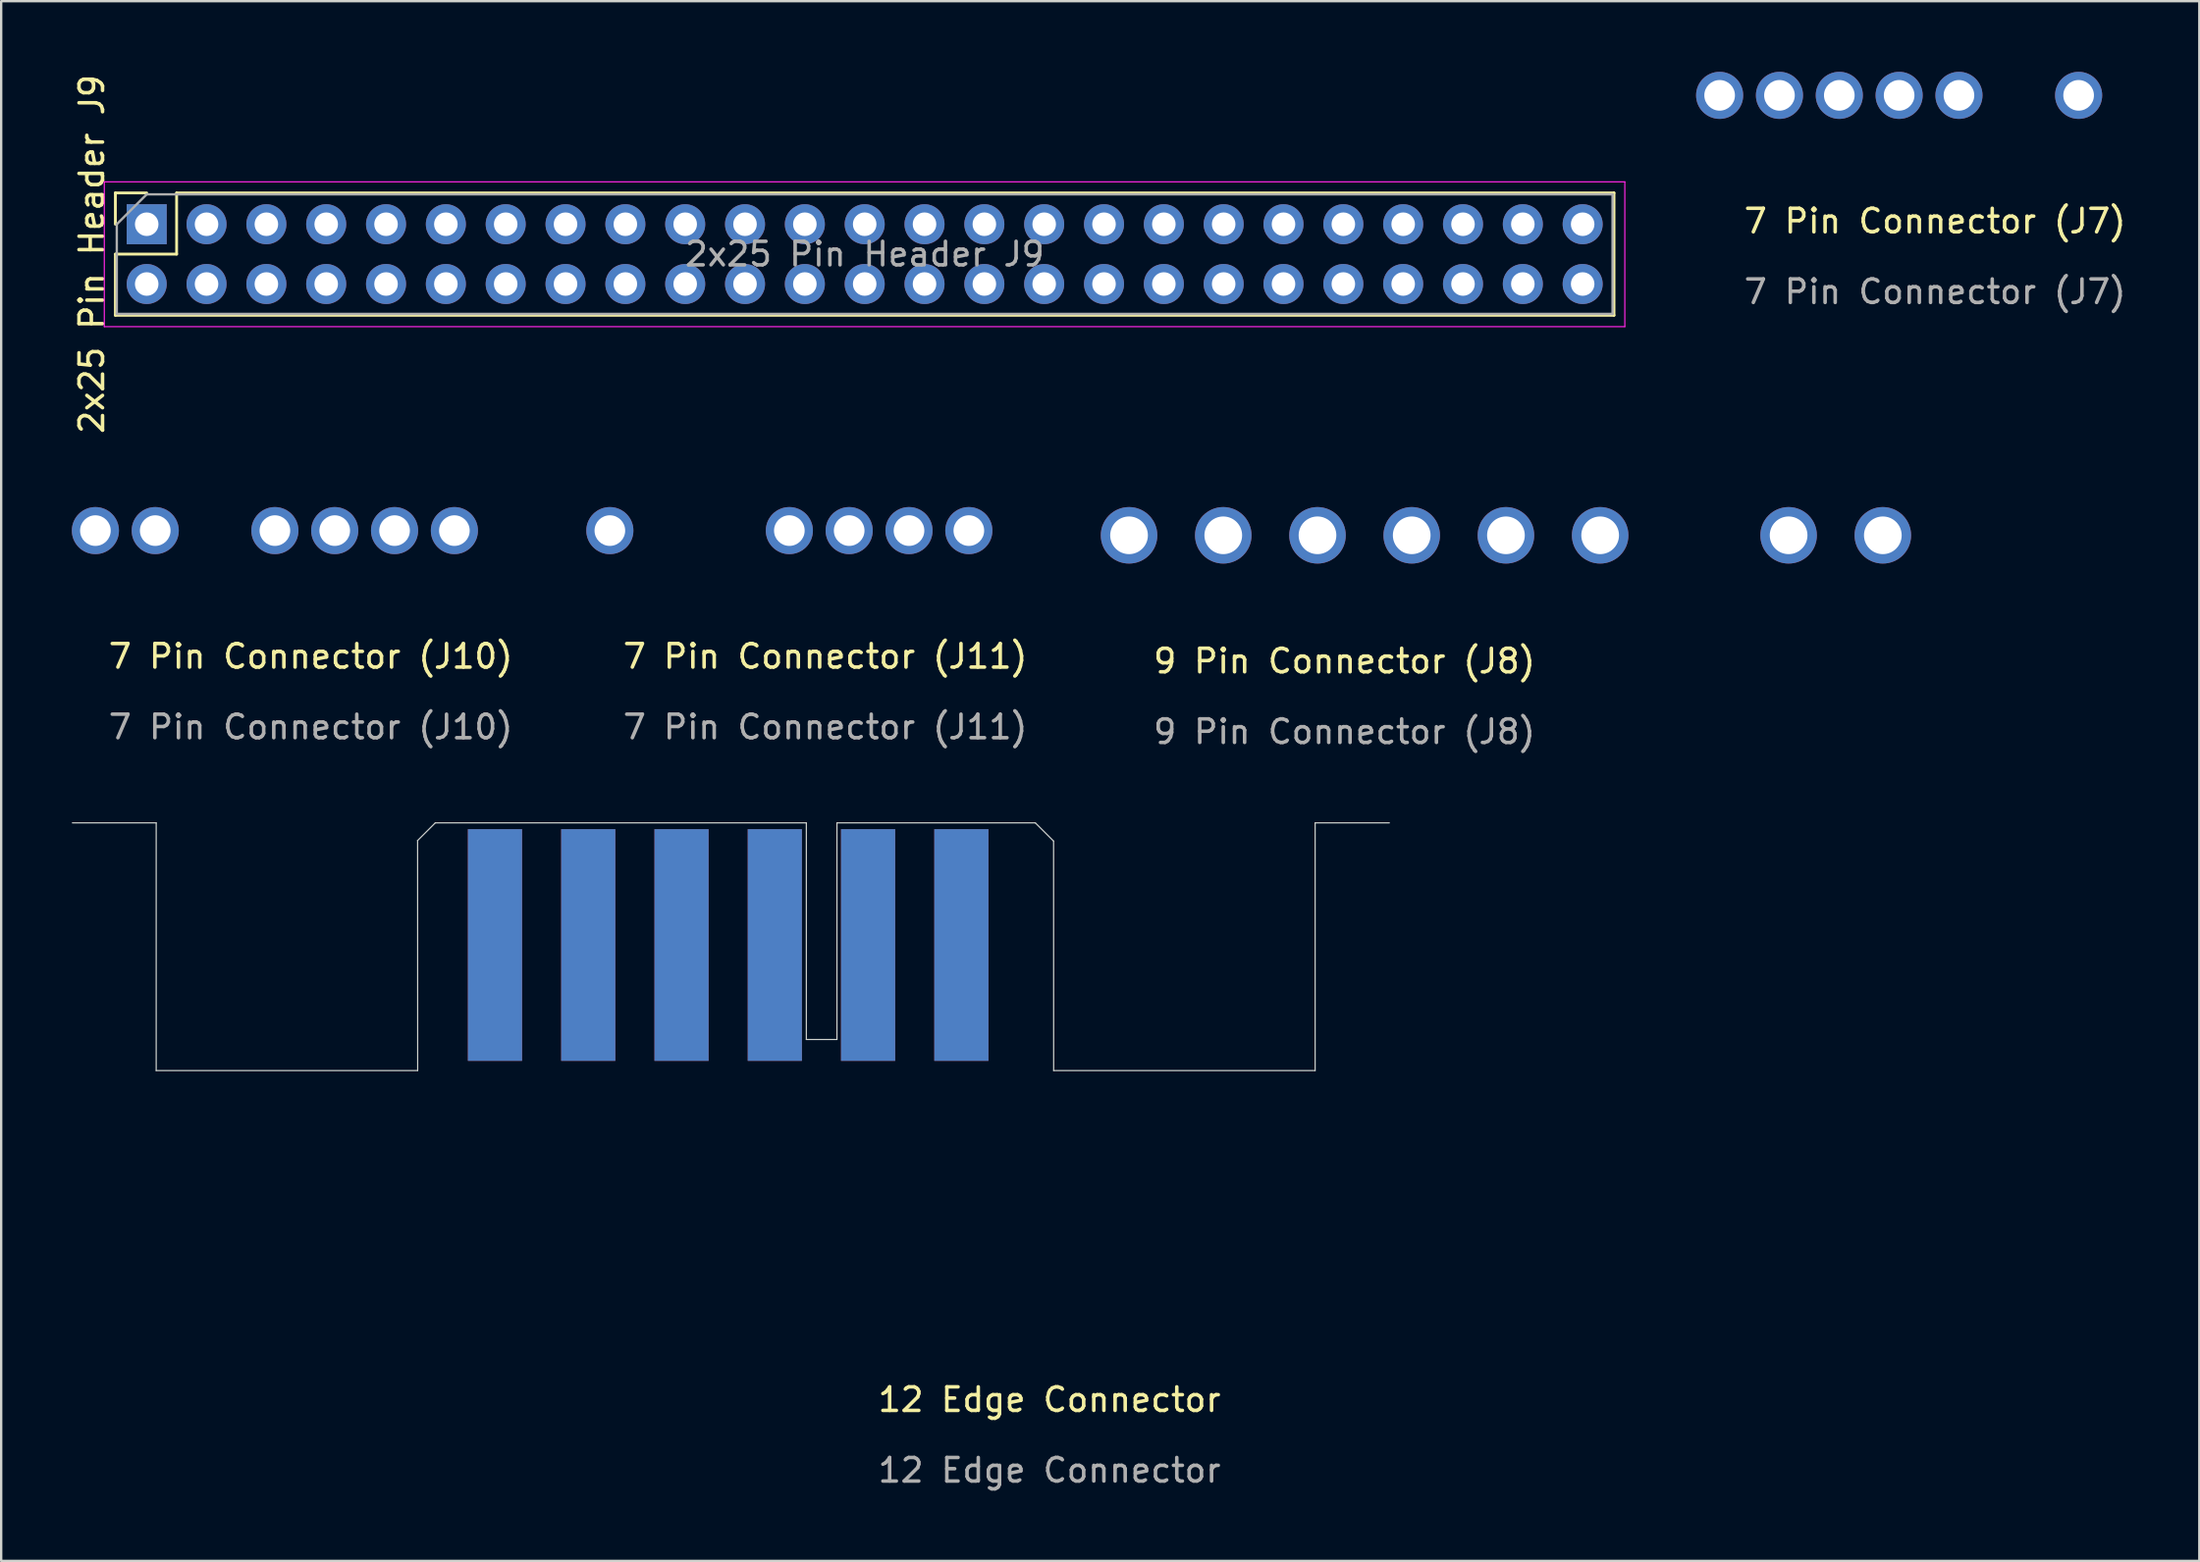
<source format=kicad_pcb>
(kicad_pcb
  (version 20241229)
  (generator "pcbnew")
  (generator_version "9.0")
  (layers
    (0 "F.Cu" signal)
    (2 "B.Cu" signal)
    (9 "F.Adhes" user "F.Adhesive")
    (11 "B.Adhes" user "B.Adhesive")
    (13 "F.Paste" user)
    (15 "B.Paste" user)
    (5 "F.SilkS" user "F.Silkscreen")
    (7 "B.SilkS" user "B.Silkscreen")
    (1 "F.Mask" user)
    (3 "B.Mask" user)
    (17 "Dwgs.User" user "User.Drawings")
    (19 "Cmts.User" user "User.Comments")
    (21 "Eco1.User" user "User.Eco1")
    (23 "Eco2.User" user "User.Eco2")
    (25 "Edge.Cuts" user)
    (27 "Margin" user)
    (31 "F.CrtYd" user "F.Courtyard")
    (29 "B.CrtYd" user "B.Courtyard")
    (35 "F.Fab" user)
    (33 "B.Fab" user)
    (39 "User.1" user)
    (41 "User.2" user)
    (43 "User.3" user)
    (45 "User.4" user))
  (footprint "7 Pin Connector (J11)"
    (layer "F.Cu")
    (at 31.984 25.33)
    (property "Reference" "7 Pin Connector (J11)" (at 0 -0.5 0) (unlocked yes) (layer "F.SilkS") (effects (font (size 1 1) (thickness 0.15))))
    (attr smd)
    (fp_text user "${REFERENCE}" (at 0 2.5 0) (unlocked yes) (layer "F.Fab") (effects (font (size 1 1) (thickness 0.15))))
    (pad "1" thru_hole circle (at -9.144 -5.842) (size 2 2) (drill 1.3) (layers "*.Cu" "*.Mask"))
    (pad "4" thru_hole circle (at -1.524 -5.842) (size 2 2) (drill 1.3) (layers "*.Cu" "*.Mask"))
    (pad "5" thru_hole circle (at 1.016 -5.842) (size 2 2) (drill 1.3) (layers "*.Cu" "*.Mask"))
    (pad "6" thru_hole circle (at 3.556 -5.842) (size 2 2) (drill 1.3) (layers "*.Cu" "*.Mask"))
    (pad "7" thru_hole circle (at 6.096 -5.842) (size 2 2) (drill 1.3) (layers "*.Cu" "*.Mask")))
  (footprint "7 Pin Connector (J10)"
    (layer "F.Cu")
    (at 10.144 25.33)
    (property "Reference" "7 Pin Connector (J10)" (at 0 -0.5 0) (unlocked yes) (layer "F.SilkS") (effects (font (size 1 1) (thickness 0.15))))
    (attr smd)
    (fp_text user "${REFERENCE}" (at 0 2.5 0) (unlocked yes) (layer "F.Fab") (effects (font (size 1 1) (thickness 0.15))))
    (pad "1" thru_hole circle (at -9.144 -5.842) (size 2 2) (drill 1.3) (layers "*.Cu" "*.Mask"))
    (pad "2" thru_hole circle (at -6.604 -5.842) (size 2 2) (drill 1.3) (layers "*.Cu" "*.Mask"))
    (pad "4" thru_hole circle (at -1.524 -5.842) (size 2 2) (drill 1.3) (layers "*.Cu" "*.Mask"))
    (pad "5" thru_hole circle (at 1.016 -5.842) (size 2 2) (drill 1.3) (layers "*.Cu" "*.Mask"))
    (pad "6" thru_hole circle (at 3.556 -5.842) (size 2 2) (drill 1.3) (layers "*.Cu" "*.Mask"))
    (pad "7" thru_hole circle (at 6.096 -5.842) (size 2 2) (drill 1.3) (layers "*.Cu" "*.Mask")))
  (footprint "9 Pin Connector (J8)"
    (layer "F.Cu")
    (at 54.025 25.53)
    (property "Reference" "9 Pin Connector (J8)" (at 0 -0.5 0) (unlocked yes) (layer "F.SilkS") (effects (font (size 1 1) (thickness 0.15))))
    (attr smd)
    (fp_text user "${REFERENCE}" (at 0 2.5 0) (unlocked yes) (layer "F.Fab") (effects (font (size 1 1) (thickness 0.15))))
    (pad "1" thru_hole circle (at -9.144 -5.842) (size 2.4 2.4) (drill 1.6) (layers "*.Cu" "*.Mask"))
    (pad "2" thru_hole circle (at -5.144 -5.842) (size 2.4 2.4) (drill 1.6) (layers "*.Cu" "*.Mask"))
    (pad "3" thru_hole circle (at -1.144 -5.842) (size 2.4 2.4) (drill 1.6) (layers "*.Cu" "*.Mask"))
    (pad "4" thru_hole circle (at 2.856 -5.842) (size 2.4 2.4) (drill 1.6) (layers "*.Cu" "*.Mask"))
    (pad "5" thru_hole circle (at 6.856 -5.842) (size 2.4 2.4) (drill 1.6) (layers "*.Cu" "*.Mask"))
    (pad "6" thru_hole circle (at 10.856 -5.842) (size 2.4 2.4) (drill 1.6) (layers "*.Cu" "*.Mask"))
    (pad "8" thru_hole circle (at 18.856 -5.842) (size 2.4 2.4) (drill 1.6) (layers "*.Cu" "*.Mask"))
    (pad "9" thru_hole circle (at 22.856 -5.842) (size 2.4 2.4) (drill 1.6) (layers "*.Cu" "*.Mask")))
  (footprint "7 Pin Connector (J7)"
    (layer "F.Cu")
    (at 79.097 6.842)
    (property "Reference" "7 Pin Connector (J7)" (at 0 -0.5 0) (unlocked yes) (layer "F.SilkS") (effects (font (size 1 1) (thickness 0.15))))
    (attr smd)
    (fp_text user "${REFERENCE}" (at 0 2.5 0) (unlocked yes) (layer "F.Fab") (effects (font (size 1 1) (thickness 0.15))))
    (pad "1" thru_hole circle (at -9.144 -5.842) (size 2 2) (drill 1.3) (layers "*.Cu" "*.Mask"))
    (pad "2" thru_hole circle (at -6.604 -5.842) (size 2 2) (drill 1.3) (layers "*.Cu" "*.Mask"))
    (pad "3" thru_hole circle (at -4.064 -5.842) (size 2 2) (drill 1.3) (layers "*.Cu" "*.Mask"))
    (pad "4" thru_hole circle (at -1.524 -5.842) (size 2 2) (drill 1.3) (layers "*.Cu" "*.Mask"))
    (pad "5" thru_hole circle (at 1.016 -5.842) (size 2 2) (drill 1.3) (layers "*.Cu" "*.Mask"))
    (pad "7" thru_hole circle (at 6.096 -5.842) (size 2 2) (drill 1.3) (layers "*.Cu" "*.Mask")))
  (footprint "2x25 Pin Header J9"
    (layer "F.Cu")
    (at 39.512 7.468)
    (property "Reference" "2x25 Pin Header J9" (at -38.664 0.276 90) (layer "F.SilkS") (effects (font (size 1 1) (thickness 0.15))))
    (attr through_hole)
    (fp_line (start -37.664 -2.324) (end -37.664 -0.994) (stroke (width 0.12) (type solid)) (layer "F.SilkS"))
    (fp_line (start -37.664 0.276) (end -37.664 2.876) (stroke (width 0.12) (type solid)) (layer "F.SilkS"))
    (fp_line (start -37.664 2.876) (end 25.956 2.876) (stroke (width 0.12) (type solid)) (layer "F.SilkS"))
    (fp_line (start -36.334 -2.324) (end -37.664 -2.324) (stroke (width 0.12) (type solid)) (layer "F.SilkS"))
    (fp_line (start -35.064 -2.324) (end -35.064 0.276) (stroke (width 0.12) (type solid)) (layer "F.SilkS"))
    (fp_line (start -35.064 -2.324) (end 25.956 -2.324) (stroke (width 0.12) (type solid)) (layer "F.SilkS"))
    (fp_line (start -35.064 0.276) (end -37.664 0.276) (stroke (width 0.12) (type solid)) (layer "F.SilkS"))
    (fp_line (start 25.956 -2.324) (end 25.956 2.876) (stroke (width 0.12) (type solid)) (layer "F.SilkS"))
    (fp_line (start -38.134 -2.794) (end 26.416 -2.794) (stroke (width 0.05) (type solid)) (layer "F.CrtYd"))
    (fp_line (start -38.134 3.356) (end -38.134 -2.794) (stroke (width 0.05) (type solid)) (layer "F.CrtYd"))
    (fp_line (start 26.416 -2.794) (end 26.416 3.356) (stroke (width 0.05) (type solid)) (layer "F.CrtYd"))
    (fp_line (start 26.416 3.356) (end -38.134 3.356) (stroke (width 0.05) (type solid)) (layer "F.CrtYd"))
    (fp_line (start -37.604 -0.994) (end -37.604 2.816) (stroke (width 0.1) (type solid)) (layer "F.Fab"))
    (fp_line (start -37.604 2.816) (end 25.896 2.816) (stroke (width 0.1) (type solid)) (layer "F.Fab"))
    (fp_line (start -36.334 -2.264) (end -37.604 -0.994) (stroke (width 0.1) (type solid)) (layer "F.Fab"))
    (fp_line (start 25.896 -2.264) (end -36.334 -2.264) (stroke (width 0.1) (type solid)) (layer "F.Fab"))
    (fp_line (start 25.896 2.816) (end 25.896 -2.264) (stroke (width 0.1) (type solid)) (layer "F.Fab"))
    (fp_text user "${REFERENCE}" (at -5.854 0.276 180) (layer "F.Fab") (effects (font (size 1 1) (thickness 0.15))))
    (pad "1" thru_hole rect (at -36.334 -0.994 90) (size 1.7 1.7) (drill 1) (layers "*.Cu" "*.Mask"))
    (pad "2" thru_hole oval (at -33.794 -0.994 90) (size 1.7 1.7) (drill 1) (layers "*.Cu" "*.Mask"))
    (pad "3" thru_hole oval (at -31.254 -0.994 90) (size 1.7 1.7) (drill 1) (layers "*.Cu" "*.Mask"))
    (pad "4" thru_hole oval (at -28.714 -0.994 90) (size 1.7 1.7) (drill 1) (layers "*.Cu" "*.Mask"))
    (pad "5" thru_hole oval (at -26.174 -0.994 90) (size 1.7 1.7) (drill 1) (layers "*.Cu" "*.Mask"))
    (pad "6" thru_hole oval (at -23.634 -0.994 90) (size 1.7 1.7) (drill 1) (layers "*.Cu" "*.Mask"))
    (pad "7" thru_hole oval (at -21.094 -0.994 90) (size 1.7 1.7) (drill 1) (layers "*.Cu" "*.Mask"))
    (pad "8" thru_hole oval (at -18.554 -0.994 90) (size 1.7 1.7) (drill 1) (layers "*.Cu" "*.Mask"))
    (pad "9" thru_hole oval (at -16.014 -0.994 90) (size 1.7 1.7) (drill 1) (layers "*.Cu" "*.Mask"))
    (pad "10" thru_hole oval (at -13.474 -0.994 90) (size 1.7 1.7) (drill 1) (layers "*.Cu" "*.Mask"))
    (pad "11" thru_hole oval (at -10.934 -0.994 90) (size 1.7 1.7) (drill 1) (layers "*.Cu" "*.Mask"))
    (pad "12" thru_hole oval (at -8.394 -0.994 90) (size 1.7 1.7) (drill 1) (layers "*.Cu" "*.Mask"))
    (pad "13" thru_hole oval (at -5.854 -0.994 90) (size 1.7 1.7) (drill 1) (layers "*.Cu" "*.Mask"))
    (pad "14" thru_hole oval (at -3.314 -0.994 90) (size 1.7 1.7) (drill 1) (layers "*.Cu" "*.Mask"))
    (pad "15" thru_hole oval (at -0.774 -0.994 90) (size 1.7 1.7) (drill 1) (layers "*.Cu" "*.Mask"))
    (pad "16" thru_hole oval (at 1.766 -0.994 90) (size 1.7 1.7) (drill 1) (layers "*.Cu" "*.Mask"))
    (pad "17" thru_hole oval (at 4.306 -0.994 90) (size 1.7 1.7) (drill 1) (layers "*.Cu" "*.Mask"))
    (pad "18" thru_hole oval (at 6.846 -0.994 90) (size 1.7 1.7) (drill 1) (layers "*.Cu" "*.Mask"))
    (pad "19" thru_hole oval (at 9.386 -0.994 90) (size 1.7 1.7) (drill 1) (layers "*.Cu" "*.Mask"))
    (pad "20" thru_hole oval (at 11.926 -0.994 90) (size 1.7 1.7) (drill 1) (layers "*.Cu" "*.Mask"))
    (pad "21" thru_hole oval (at 14.466 -0.994 90) (size 1.7 1.7) (drill 1) (layers "*.Cu" "*.Mask"))
    (pad "22" thru_hole oval (at 17.006 -0.994 90) (size 1.7 1.7) (drill 1) (layers "*.Cu" "*.Mask"))
    (pad "23" thru_hole oval (at 19.546 -0.994 90) (size 1.7 1.7) (drill 1) (layers "*.Cu" "*.Mask"))
    (pad "24" thru_hole oval (at 22.086 -0.994 90) (size 1.7 1.7) (drill 1) (layers "*.Cu" "*.Mask"))
    (pad "25" thru_hole oval (at 24.626 -0.994 90) (size 1.7 1.7) (drill 1) (layers "*.Cu" "*.Mask"))
    (pad "26" thru_hole oval (at -36.334 1.546 90) (size 1.7 1.7) (drill 1) (layers "*.Cu" "*.Mask"))
    (pad "27" thru_hole oval (at -33.794 1.546 90) (size 1.7 1.7) (drill 1) (layers "*.Cu" "*.Mask"))
    (pad "28" thru_hole oval (at -31.254 1.546 90) (size 1.7 1.7) (drill 1) (layers "*.Cu" "*.Mask"))
    (pad "29" thru_hole oval (at -28.714 1.546 90) (size 1.7 1.7) (drill 1) (layers "*.Cu" "*.Mask"))
    (pad "30" thru_hole oval (at -26.174 1.546 90) (size 1.7 1.7) (drill 1) (layers "*.Cu" "*.Mask"))
    (pad "31" thru_hole oval (at -23.634 1.546 90) (size 1.7 1.7) (drill 1) (layers "*.Cu" "*.Mask"))
    (pad "32" thru_hole oval (at -21.094 1.546 90) (size 1.7 1.7) (drill 1) (layers "*.Cu" "*.Mask"))
    (pad "33" thru_hole oval (at -18.554 1.546 90) (size 1.7 1.7) (drill 1) (layers "*.Cu" "*.Mask"))
    (pad "34" thru_hole oval (at -16.014 1.546 90) (size 1.7 1.7) (drill 1) (layers "*.Cu" "*.Mask"))
    (pad "35" thru_hole oval (at -13.474 1.546 90) (size 1.7 1.7) (drill 1) (layers "*.Cu" "*.Mask"))
    (pad "36" thru_hole oval (at -10.934 1.546 90) (size 1.7 1.7) (drill 1) (layers "*.Cu" "*.Mask"))
    (pad "37" thru_hole oval (at -8.394 1.546 90) (size 1.7 1.7) (drill 1) (layers "*.Cu" "*.Mask"))
    (pad "38" thru_hole oval (at -5.854 1.546 90) (size 1.7 1.7) (drill 1) (layers "*.Cu" "*.Mask"))
    (pad "39" thru_hole oval (at -3.314 1.546 90) (size 1.7 1.7) (drill 1) (layers "*.Cu" "*.Mask"))
    (pad "40" thru_hole oval (at -0.774 1.546 90) (size 1.7 1.7) (drill 1) (layers "*.Cu" "*.Mask"))
    (pad "41" thru_hole oval (at 1.766 1.546 90) (size 1.7 1.7) (drill 1) (layers "*.Cu" "*.Mask"))
    (pad "42" thru_hole oval (at 4.306 1.546 90) (size 1.7 1.7) (drill 1) (layers "*.Cu" "*.Mask"))
    (pad "43" thru_hole oval (at 6.846 1.546 90) (size 1.7 1.7) (drill 1) (layers "*.Cu" "*.Mask"))
    (pad "44" thru_hole oval (at 9.386 1.546 90) (size 1.7 1.7) (drill 1) (layers "*.Cu" "*.Mask"))
    (pad "45" thru_hole oval (at 11.926 1.546 90) (size 1.7 1.7) (drill 1) (layers "*.Cu" "*.Mask"))
    (pad "46" thru_hole oval (at 14.466 1.546 90) (size 1.7 1.7) (drill 1) (layers "*.Cu" "*.Mask"))
    (pad "47" thru_hole oval (at 17.006 1.546 90) (size 1.7 1.7) (drill 1) (layers "*.Cu" "*.Mask"))
    (pad "48" thru_hole oval (at 19.546 1.546 90) (size 1.7 1.7) (drill 1) (layers "*.Cu" "*.Mask"))
    (pad "49" thru_hole oval (at 22.086 1.546 90) (size 1.7 1.7) (drill 1) (layers "*.Cu" "*.Mask"))
    (pad "50" thru_hole oval (at 24.626 1.546 90) (size 1.7 1.7) (drill 1) (layers "*.Cu" "*.Mask")))
  (footprint "12 Edge Connector"
    (layer "F.Cu")
    (at 41.503 56.903)
    (property "Reference" "12 Edge Connector" (at 0 -0.5 0) (unlocked yes) (layer "F.SilkS") (effects (font (size 1 1) (thickness 0.15))))
    (attr smd)
    (fp_line (start -37.922 -25) (end -41.478 -25) (stroke (width 0.05) (type default)) (layer "Edge.Cuts"))
    (fp_line (start -37.922 -14.478) (end -37.922 -25) (stroke (width 0.05) (type default)) (layer "Edge.Cuts"))
    (fp_line (start -26.822 -14.478) (end -37.922 -14.478) (stroke (width 0.05) (type default)) (layer "Edge.Cuts"))
    (fp_line (start -26.822 -14.478) (end -26.825 -24.25) (stroke (width 0.05) (type default)) (layer "Edge.Cuts"))
    (fp_line (start -26.075 -25) (end -26.825 -24.25) (stroke (width 0.05) (type default)) (layer "Edge.Cuts"))
    (fp_line (start -10.322 -25) (end -26.075 -25) (stroke (width 0.05) (type default)) (layer "Edge.Cuts"))
    (fp_line (start -10.322 -15.799) (end -10.322 -25) (stroke (width 0.05) (type default)) (layer "Edge.Cuts"))
    (fp_line (start -10.322 -15.799) (end -9.022 -15.799) (stroke (width 0.05) (type default)) (layer "Edge.Cuts"))
    (fp_line (start -9.022 -15.799) (end -9.022 -25) (stroke (width 0.05) (type default)) (layer "Edge.Cuts"))
    (fp_line (start -0.6 -25) (end -9.022 -25) (stroke (width 0.05) (type default)) (layer "Edge.Cuts"))
    (fp_line (start -0.6 -25) (end 0.175 -24.225) (stroke (width 0.05) (type default)) (layer "Edge.Cuts"))
    (fp_line (start 0.178 -14.478) (end 0.175 -24.225) (stroke (width 0.05) (type default)) (layer "Edge.Cuts"))
    (fp_line (start 11.278 -14.478) (end 0.178 -14.478) (stroke (width 0.05) (type default)) (layer "Edge.Cuts"))
    (fp_line (start 11.278 -14.478) (end 11.278 -25) (stroke (width 0.05) (type default)) (layer "Edge.Cuts"))
    (fp_line (start 14.427 -25) (end 11.278 -25) (stroke (width 0.05) (type default)) (layer "Edge.Cuts"))
    (fp_text user "${REFERENCE}" (at 0 2.5 0) (unlocked yes) (layer "F.Fab") (effects (font (size 1 1) (thickness 0.15))))
    (pad "1" connect rect (at -3.74 -19.812 180) (size 2.3 9.842) (layers "F.Cu" "F.Mask"))
    (pad "2" connect rect (at -7.7 -19.812 180) (size 2.3 9.842) (layers "F.Cu" "F.Mask"))
    (pad "3" connect rect (at -11.66 -19.812 180) (size 2.3 9.842) (layers "F.Cu" "F.Mask"))
    (pad "4" connect rect (at -15.62 -19.812 180) (size 2.3 9.842) (layers "F.Cu" "F.Mask"))
    (pad "5" connect rect (at -19.58 -19.812 180) (size 2.3 9.842) (layers "F.Cu" "F.Mask"))
    (pad "6" connect rect (at -23.54 -19.812 180) (size 2.3 9.842) (layers "F.Cu" "F.Mask"))
    (pad "A" connect rect (at -3.74 -19.812 180) (size 2.3 9.842) (layers "B.Cu" "B.Mask"))
    (pad "B" connect rect (at -7.7 -19.812 180) (size 2.3 9.842) (layers "B.Cu" "B.Mask"))
    (pad "C" connect rect (at -11.66 -19.812 180) (size 2.3 9.842) (layers "B.Cu" "B.Mask"))
    (pad "D" connect rect (at -15.62 -19.812 180) (size 2.3 9.842) (layers "B.Cu" "B.Mask"))
    (pad "E" connect rect (at -19.58 -19.812 180) (size 2.3 9.842) (layers "B.Cu" "B.Mask"))
    (pad "F" connect rect (at -23.54 -19.812 180) (size 2.3 9.842) (layers "B.Cu" "B.Mask")))
  (gr_rect
    (start -3 -3)
    (end 90.317 63.252)
    (stroke (width 0.1) (type default))
    (fill no)
    (layer "Edge.Cuts")))
</source>
